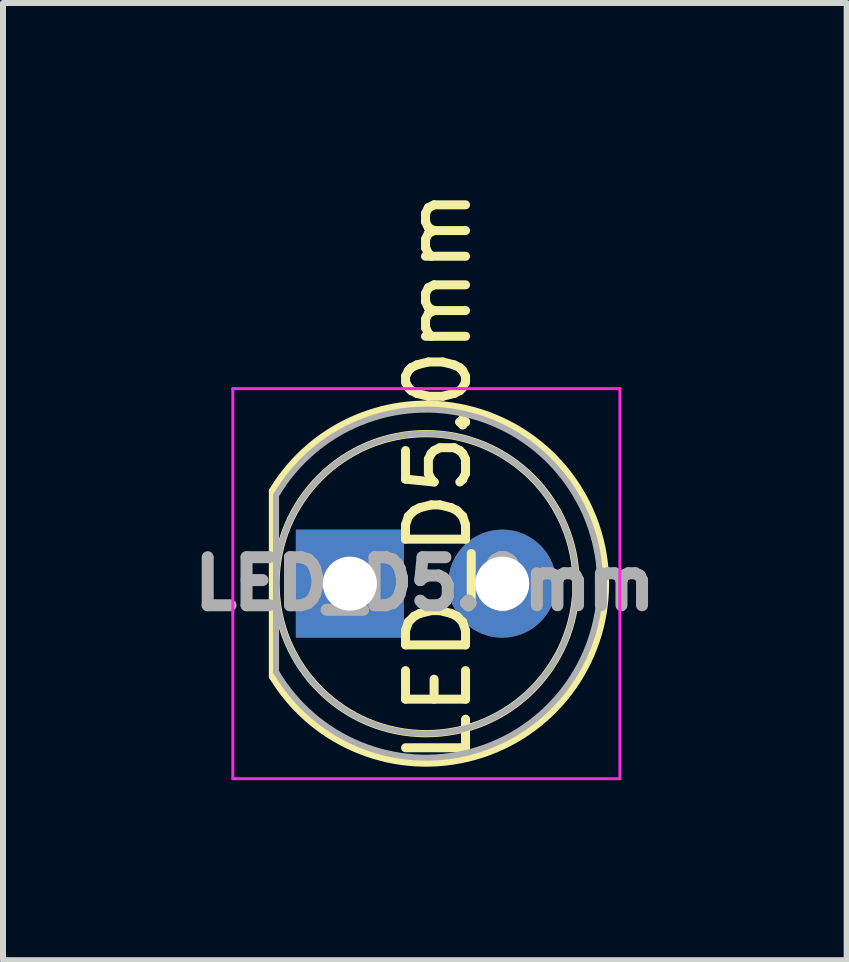
<source format=kicad_pcb>
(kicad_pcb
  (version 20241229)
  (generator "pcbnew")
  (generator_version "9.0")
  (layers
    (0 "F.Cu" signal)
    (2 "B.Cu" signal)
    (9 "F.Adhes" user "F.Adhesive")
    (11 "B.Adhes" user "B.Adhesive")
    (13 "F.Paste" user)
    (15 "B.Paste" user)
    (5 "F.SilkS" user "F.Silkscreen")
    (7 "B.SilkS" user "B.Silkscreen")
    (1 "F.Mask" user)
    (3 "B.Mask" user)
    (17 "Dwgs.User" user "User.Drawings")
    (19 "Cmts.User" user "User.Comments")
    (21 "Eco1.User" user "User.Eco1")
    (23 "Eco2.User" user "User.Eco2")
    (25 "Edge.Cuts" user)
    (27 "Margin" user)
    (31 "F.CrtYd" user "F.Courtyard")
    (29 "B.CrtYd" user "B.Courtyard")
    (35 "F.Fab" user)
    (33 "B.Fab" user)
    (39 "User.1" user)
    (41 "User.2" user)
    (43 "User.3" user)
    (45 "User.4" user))
  (footprint "LED_D5.0mm"
    (layer "F.Cu")
    (at 2.78 6.676)
    (property "Reference" "LED_D5.0mm" (at 1.473 -1.789 90) (layer "F.SilkS") (effects (font (size 1 1) (thickness 0.15))))
    (attr through_hole)
    (fp_line (start -1.29 -1.545) (end -1.29 1.545) (stroke (width 0.12) (type solid)) (layer "F.SilkS"))
    (fp_arc (start -1.29 -1.54483) (mid 2.072002 -2.880433) (end 4.26 0.000462) (stroke (width 0.12) (type solid)) (layer "F.SilkS"))
    (fp_arc (start 4.26 -0.000462) (mid 2.072002 2.880433) (end -1.29 1.54483) (stroke (width 0.12) (type solid)) (layer "F.SilkS"))
    (fp_circle (center 1.27 0) (end 3.77 0) (stroke (width 0.12) (type solid)) (fill no) (layer "F.SilkS"))
    (fp_line (start -1.95 -3.25) (end -1.95 3.25) (stroke (width 0.05) (type solid)) (layer "F.CrtYd"))
    (fp_line (start -1.95 3.25) (end 4.5 3.25) (stroke (width 0.05) (type solid)) (layer "F.CrtYd"))
    (fp_line (start 4.5 -3.25) (end -1.95 -3.25) (stroke (width 0.05) (type solid)) (layer "F.CrtYd"))
    (fp_line (start 4.5 3.25) (end 4.5 -3.25) (stroke (width 0.05) (type solid)) (layer "F.CrtYd"))
    (fp_line (start -1.23 -1.47) (end -1.23 1.47) (stroke (width 0.1) (type solid)) (layer "F.Fab"))
    (fp_arc (start -1.23 -1.469694) (mid 4.17 0.000016) (end -1.230016 1.469666) (stroke (width 0.1) (type solid)) (layer "F.Fab"))
    (fp_circle (center 1.27 0) (end 3.77 0) (stroke (width 0.1) (type solid)) (fill no) (layer "F.Fab"))
    (fp_text user "${REFERENCE}" (at 1.25 0 0) (layer "F.Fab") (effects (font (size 0.8 0.8) (thickness 0.2))))
    (pad "1" thru_hole rect (at 0 0) (size 1.8 1.8) (drill 0.9) (layers "*.Cu" "*.Mask"))
    (pad "2" thru_hole circle (at 2.54 0) (size 1.8 1.8) (drill 0.9) (layers "*.Cu" "*.Mask")))
  (gr_rect
    (start -3 -3)
    (end 11.059 12.951)
    (stroke (width 0.1) (type default))
    (fill no)
    (layer "Edge.Cuts")))
</source>
